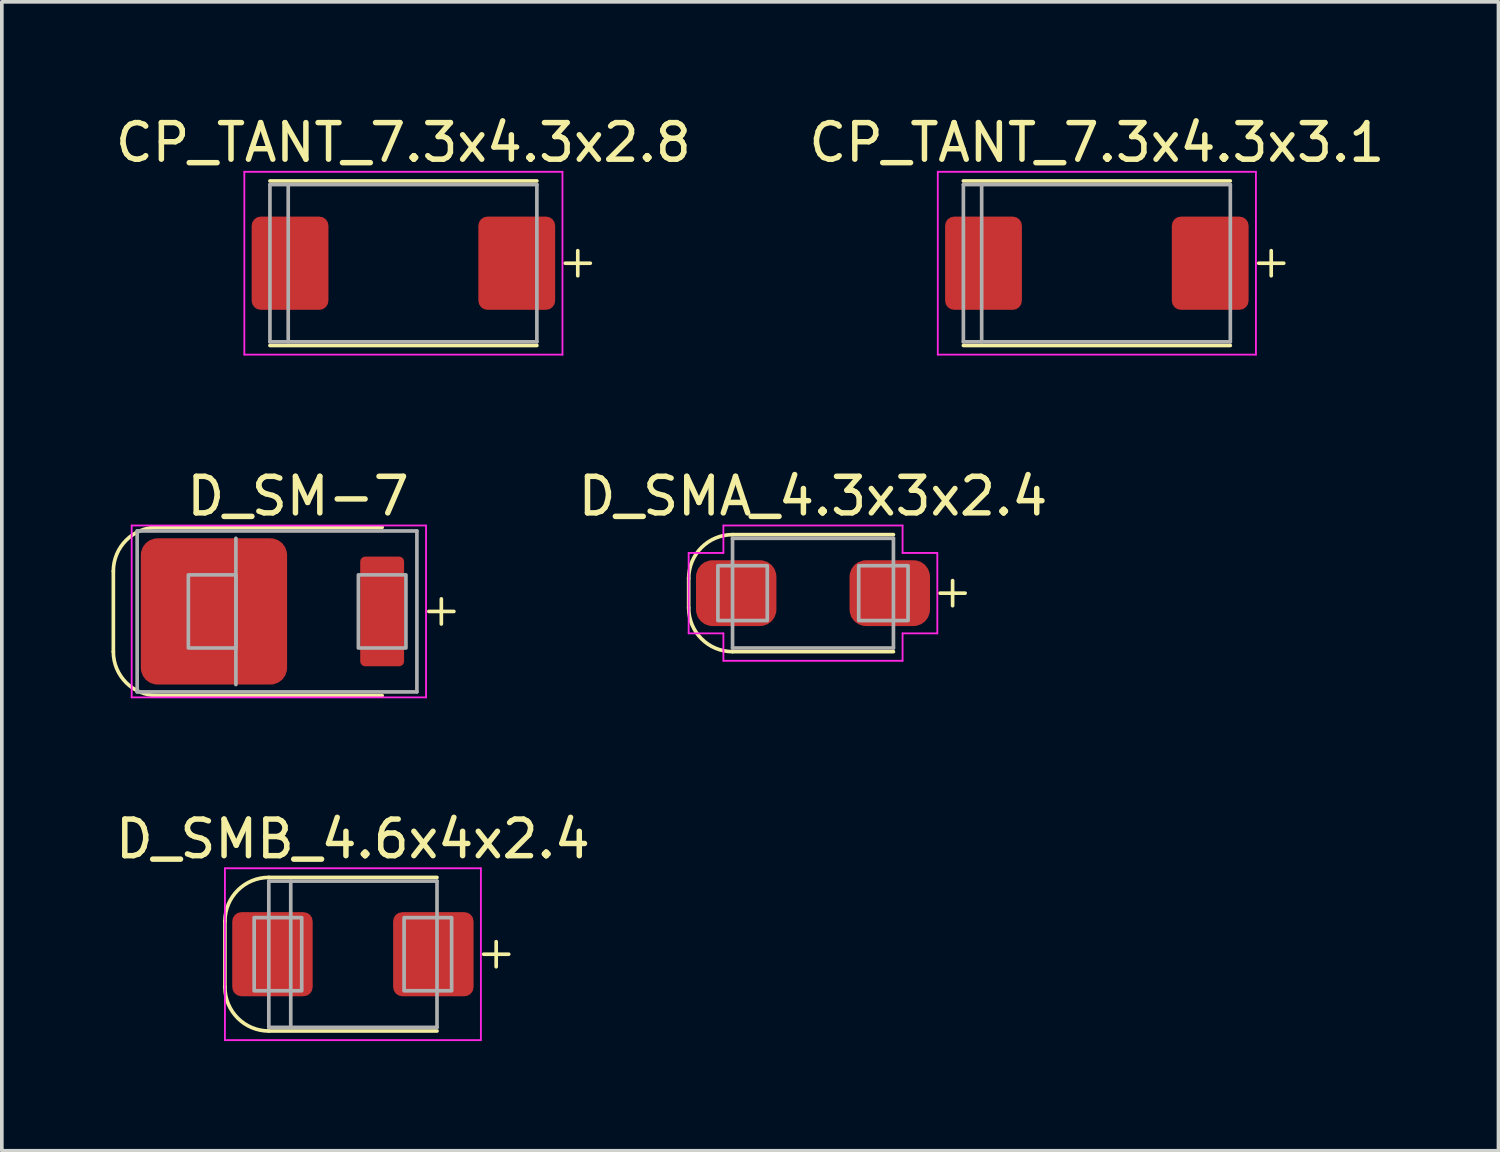
<source format=kicad_pcb>
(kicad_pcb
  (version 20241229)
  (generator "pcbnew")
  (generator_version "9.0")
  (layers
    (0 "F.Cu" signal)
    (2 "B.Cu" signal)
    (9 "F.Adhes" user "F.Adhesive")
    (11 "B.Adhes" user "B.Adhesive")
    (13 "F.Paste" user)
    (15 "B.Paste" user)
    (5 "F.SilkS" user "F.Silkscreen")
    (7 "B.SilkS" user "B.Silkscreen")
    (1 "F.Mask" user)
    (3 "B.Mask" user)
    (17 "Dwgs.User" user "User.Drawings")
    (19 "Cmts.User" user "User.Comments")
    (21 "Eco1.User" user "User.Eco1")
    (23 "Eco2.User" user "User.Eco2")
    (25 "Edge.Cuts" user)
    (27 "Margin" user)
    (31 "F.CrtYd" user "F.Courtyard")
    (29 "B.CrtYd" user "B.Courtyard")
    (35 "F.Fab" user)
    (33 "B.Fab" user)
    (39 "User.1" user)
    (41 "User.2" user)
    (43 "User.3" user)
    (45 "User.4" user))
  (footprint "CP_TANT_7.3x4.3x2.8"
    (layer "F.Cu")
    (at 7.982 4.148)
    (property "Reference" "CP_TANT_7.3x4.3x2.8" (at 0 -3.3 180) (layer "F.SilkS") (effects (font (size 1 1) (thickness 0.15))))
    (attr smd)
    (fp_line (start -3.65 -2.25) (end 3.65 -2.25) (stroke (width 0.1) (type solid)) (layer "F.SilkS"))
    (fp_line (start 3.65 2.25) (end -3.65 2.25) (stroke (width 0.1) (type solid)) (layer "F.SilkS"))
    (fp_line (start -4.35 -2.5) (end 4.35 -2.5) (stroke (width 0.05) (type solid)) (layer "F.CrtYd"))
    (fp_line (start -4.35 2.5) (end -4.35 -2.5) (stroke (width 0.05) (type solid)) (layer "F.CrtYd"))
    (fp_line (start 4.35 -2.5) (end 4.35 2.5) (stroke (width 0.05) (type solid)) (layer "F.CrtYd"))
    (fp_line (start 4.35 2.5) (end -4.35 2.5) (stroke (width 0.05) (type solid)) (layer "F.CrtYd"))
    (fp_line (start -3.65 -2.15) (end -3.65 2.15) (stroke (width 0.1) (type solid)) (layer "F.Fab"))
    (fp_line (start -3.65 2.15) (end 3.65 2.15) (stroke (width 0.1) (type solid)) (layer "F.Fab"))
    (fp_line (start -3.15 -2.15) (end -3.15 2.15) (stroke (width 0.1) (type solid)) (layer "F.Fab"))
    (fp_line (start 3.65 -2.15) (end -3.65 -2.15) (stroke (width 0.1) (type solid)) (layer "F.Fab"))
    (fp_line (start 3.65 2.15) (end 3.65 -2.15) (stroke (width 0.1) (type solid)) (layer "F.Fab"))
    (fp_text user "+" (at 4.7 0 90) (layer "F.SilkS") (effects (font (size 0.9 0.9) (thickness 0.1))))
    (pad "1" smd roundrect (at 3.1 0 180) (size 2.1 2.55) (layers "F.Cu" "F.Mask" "F.Paste") (roundrect_rratio 0.119))
    (pad "2" smd roundrect (at -3.1 0 180) (size 2.1 2.55) (layers "F.Cu" "F.Mask" "F.Paste") (roundrect_rratio 0.119)))
  (footprint "CP_TANT_7.3x4.3x3.1"
    (layer "F.Cu")
    (at 26.946 4.148)
    (property "Reference" "CP_TANT_7.3x4.3x3.1" (at 0 -3.3 180) (layer "F.SilkS") (effects (font (size 1 1) (thickness 0.15))))
    (attr smd)
    (fp_line (start -3.65 -2.25) (end 3.65 -2.25) (stroke (width 0.1) (type solid)) (layer "F.SilkS"))
    (fp_line (start 3.65 2.25) (end -3.65 2.25) (stroke (width 0.1) (type solid)) (layer "F.SilkS"))
    (fp_line (start -4.35 -2.5) (end 4.35 -2.5) (stroke (width 0.05) (type solid)) (layer "F.CrtYd"))
    (fp_line (start -4.35 2.5) (end -4.35 -2.5) (stroke (width 0.05) (type solid)) (layer "F.CrtYd"))
    (fp_line (start 4.35 -2.5) (end 4.35 2.5) (stroke (width 0.05) (type solid)) (layer "F.CrtYd"))
    (fp_line (start 4.35 2.5) (end -4.35 2.5) (stroke (width 0.05) (type solid)) (layer "F.CrtYd"))
    (fp_line (start -3.65 -2.15) (end -3.65 2.15) (stroke (width 0.1) (type solid)) (layer "F.Fab"))
    (fp_line (start -3.65 2.15) (end 3.65 2.15) (stroke (width 0.1) (type solid)) (layer "F.Fab"))
    (fp_line (start -3.15 -2.15) (end -3.15 2.15) (stroke (width 0.1) (type solid)) (layer "F.Fab"))
    (fp_line (start 3.65 -2.15) (end -3.65 -2.15) (stroke (width 0.1) (type solid)) (layer "F.Fab"))
    (fp_line (start 3.65 2.15) (end 3.65 -2.15) (stroke (width 0.1) (type solid)) (layer "F.Fab"))
    (fp_text user "+" (at 4.7 0 90) (layer "F.SilkS") (effects (font (size 0.9 0.9) (thickness 0.1))))
    (pad "1" smd roundrect (at 3.1 0 180) (size 2.1 2.55) (layers "F.Cu" "F.Mask" "F.Paste") (roundrect_rratio 0.119))
    (pad "2" smd roundrect (at -3.1 0 180) (size 2.1 2.55) (layers "F.Cu" "F.Mask" "F.Paste") (roundrect_rratio 0.119)))
  (footprint "D_SM-7"
    (layer "F.Cu")
    (at 5.101 13.671)
    (property "Reference" "D_SM-7" (at 0 -3.15 0) (layer "F.SilkS") (effects (font (size 1 1) (thickness 0.15))))
    (attr smd)
    (fp_line (start -5.051 -1.1) (end -5.051 1.1) (stroke (width 0.1) (type solid)) (layer "F.SilkS"))
    (fp_line (start -3.851 -2.3) (end 2.3 -2.299) (stroke (width 0.1) (type solid)) (layer "F.SilkS"))
    (fp_line (start 2.3 2.301) (end -3.851 2.3) (stroke (width 0.1) (type solid)) (layer "F.SilkS"))
    (fp_arc (start -5.051472 -1.1) (mid -4.7 -1.948528) (end -3.851472 -2.3) (stroke (width 0.1) (type solid)) (layer "F.SilkS"))
    (fp_arc (start -3.851472 2.3) (mid -4.7 1.948528) (end -5.051472 1.1) (stroke (width 0.1) (type solid)) (layer "F.SilkS"))
    (fp_line (start -4.55 -2.35) (end -4.55 2.35) (stroke (width 0.05) (type solid)) (layer "F.CrtYd"))
    (fp_line (start -4.55 2.35) (end 3.5 2.35) (stroke (width 0.05) (type solid)) (layer "F.CrtYd"))
    (fp_line (start 3.5 -2.35) (end -4.55 -2.35) (stroke (width 0.05) (type solid)) (layer "F.CrtYd"))
    (fp_line (start 3.5 2.35) (end 3.5 -2.35) (stroke (width 0.05) (type solid)) (layer "F.CrtYd"))
    (fp_line (start -4.4 2.2) (end -4.4 -2.2) (stroke (width 0.1) (type solid)) (layer "F.Fab"))
    (fp_line (start -1.7 2) (end -1.7 -2) (stroke (width 0.1) (type solid)) (layer "F.Fab"))
    (fp_line (start 3.25 -2.2) (end -4.4 -2.2) (stroke (width 0.1) (type solid)) (layer "F.Fab"))
    (fp_line (start 3.25 -2.2) (end 3.25 2.2) (stroke (width 0.1) (type solid)) (layer "F.Fab"))
    (fp_line (start 3.25 2.2) (end -4.4 2.2) (stroke (width 0.1) (type solid)) (layer "F.Fab"))
    (fp_poly (pts (xy -1.7 1) (xy -3 1) (xy -3 -1) (xy -1.7 -1)) (stroke (width 0.1) (type solid)) (fill no) (layer "F.Fab"))
    (fp_poly (pts (xy 2.95 1) (xy 1.65 1) (xy 1.65 -1) (xy 2.95 -1)) (stroke (width 0.1) (type solid)) (fill no) (layer "F.Fab"))
    (fp_text user "+" (at 3.85 0 90) (layer "F.SilkS") (effects (font (size 0.9 0.9) (thickness 0.1))))
    (pad "1" smd roundrect (at -2.3 0) (size 4 4) (layers "F.Cu" "F.Mask" "F.Paste") (roundrect_rratio 0.114))
    (pad "2" smd roundrect (at 2.3 0) (size 1.2 3) (layers "F.Cu" "F.Mask" "F.Paste") (roundrect_rratio 0.114)))
  (footprint "D_SMA_4.3x3x2.4"
    (layer "F.Cu")
    (at 19.183 13.171)
    (property "Reference" "D_SMA_4.3x3x2.4" (at 0 -2.65 0) (layer "F.SilkS") (effects (font (size 1 1) (thickness 0.15))))
    (attr smd)
    (fp_line (start -3.4 -0.4) (end -3.4 0.4) (stroke (width 0.1) (type solid)) (layer "F.SilkS"))
    (fp_line (start -2.2 -1.6) (end 2.2 -1.6) (stroke (width 0.1) (type solid)) (layer "F.SilkS"))
    (fp_line (start 2.2 1.6) (end -2.2 1.6) (stroke (width 0.1) (type solid)) (layer "F.SilkS"))
    (fp_arc (start -3.4 -0.4) (mid -3.048528 -1.248528) (end -2.2 -1.6) (stroke (width 0.1) (type solid)) (layer "F.SilkS"))
    (fp_arc (start -2.2 1.6) (mid -3.048528 1.248528) (end -3.4 0.4) (stroke (width 0.1) (type solid)) (layer "F.SilkS"))
    (fp_line (start -3.4 -1.1) (end -3.4 1.1) (stroke (width 0.05) (type solid)) (layer "F.CrtYd"))
    (fp_line (start -3.4 -1.1) (end -2.45 -1.1) (stroke (width 0.05) (type solid)) (layer "F.CrtYd"))
    (fp_line (start -3.4 1.1) (end -2.45 1.1) (stroke (width 0.05) (type solid)) (layer "F.CrtYd"))
    (fp_line (start -2.45 -1.85) (end -2.45 -1.1) (stroke (width 0.05) (type solid)) (layer "F.CrtYd"))
    (fp_line (start -2.45 1.1) (end -2.45 1.85) (stroke (width 0.05) (type solid)) (layer "F.CrtYd"))
    (fp_line (start -2.45 1.85) (end 2.45 1.85) (stroke (width 0.05) (type solid)) (layer "F.CrtYd"))
    (fp_line (start 2.45 -1.85) (end -2.45 -1.85) (stroke (width 0.05) (type solid)) (layer "F.CrtYd"))
    (fp_line (start 2.45 -1.85) (end 2.45 -1.1) (stroke (width 0.05) (type solid)) (layer "F.CrtYd"))
    (fp_line (start 2.45 -1.1) (end 3.4 -1.1) (stroke (width 0.05) (type solid)) (layer "F.CrtYd"))
    (fp_line (start 2.45 1.1) (end 2.45 1.85) (stroke (width 0.05) (type solid)) (layer "F.CrtYd"))
    (fp_line (start 2.45 1.1) (end 3.4 1.1) (stroke (width 0.05) (type solid)) (layer "F.CrtYd"))
    (fp_line (start 3.4 1.1) (end 3.4 -1.1) (stroke (width 0.05) (type solid)) (layer "F.CrtYd"))
    (fp_line (start -2.2 1.5) (end -2.2 -1.5) (stroke (width 0.1) (type solid)) (layer "F.Fab"))
    (fp_line (start 2.2 -1.5) (end -2.2 -1.5) (stroke (width 0.1) (type solid)) (layer "F.Fab"))
    (fp_line (start 2.2 -1.5) (end 2.2 1.5) (stroke (width 0.1) (type solid)) (layer "F.Fab"))
    (fp_line (start 2.2 1.5) (end -2.2 1.5) (stroke (width 0.1) (type solid)) (layer "F.Fab"))
    (fp_poly (pts (xy -1.25 0.75) (xy -2.6 0.75) (xy -2.6 -0.75) (xy -1.25 -0.75)) (stroke (width 0.1) (type solid)) (fill no) (layer "F.Fab"))
    (fp_poly (pts (xy 2.6 0.75) (xy 1.25 0.75) (xy 1.25 -0.75) (xy 2.6 -0.75)) (stroke (width 0.1) (type solid)) (fill no) (layer "F.Fab"))
    (fp_text user "+" (at 3.75 0 90) (layer "F.SilkS") (effects (font (size 0.9 0.9) (thickness 0.1))))
    (pad "1" smd roundrect (at -2.1 0) (size 2.2 1.8) (layers "F.Cu" "F.Mask" "F.Paste") (roundrect_rratio 0.25))
    (pad "2" smd roundrect (at 2.1 0) (size 2.2 1.8) (layers "F.Cu" "F.Mask" "F.Paste") (roundrect_rratio 0.25)))
  (footprint "D_SMB_4.6x4x2.4"
    (layer "F.Cu")
    (at 6.601 23.045)
    (property "Reference" "D_SMB_4.6x4x2.4" (at 0 -3.15 0) (layer "F.SilkS") (effects (font (size 1 1) (thickness 0.15))))
    (attr smd)
    (fp_line (start -3.5 -0.9) (end -3.5 0.9) (stroke (width 0.1) (type solid)) (layer "F.SilkS"))
    (fp_line (start -2.3 -2.1) (end 2.3 -2.1) (stroke (width 0.1) (type solid)) (layer "F.SilkS"))
    (fp_line (start 2.3 2.1) (end -2.3 2.1) (stroke (width 0.1) (type solid)) (layer "F.SilkS"))
    (fp_arc (start -3.5 -0.9) (mid -3.148528 -1.748528) (end -2.3 -2.1) (stroke (width 0.1) (type solid)) (layer "F.SilkS"))
    (fp_arc (start -2.3 2.1) (mid -3.148528 1.748528) (end -3.5 0.9) (stroke (width 0.1) (type solid)) (layer "F.SilkS"))
    (fp_line (start -3.5 -2.35) (end -3.5 2.35) (stroke (width 0.05) (type solid)) (layer "F.CrtYd"))
    (fp_line (start -3.5 2.35) (end 3.5 2.35) (stroke (width 0.05) (type solid)) (layer "F.CrtYd"))
    (fp_line (start 3.5 -2.35) (end -3.5 -2.35) (stroke (width 0.05) (type solid)) (layer "F.CrtYd"))
    (fp_line (start 3.5 2.35) (end 3.5 -2.35) (stroke (width 0.05) (type solid)) (layer "F.CrtYd"))
    (fp_line (start -2.3 2) (end -2.3 -2) (stroke (width 0.1) (type solid)) (layer "F.Fab"))
    (fp_line (start -1.7 2) (end -1.7 -2) (stroke (width 0.1) (type solid)) (layer "F.Fab"))
    (fp_line (start 2.3 -2) (end -2.3 -2) (stroke (width 0.1) (type solid)) (layer "F.Fab"))
    (fp_line (start 2.3 -2) (end 2.3 2) (stroke (width 0.1) (type solid)) (layer "F.Fab"))
    (fp_line (start 2.3 2) (end -2.3 2) (stroke (width 0.1) (type solid)) (layer "F.Fab"))
    (fp_poly (pts (xy -1.4 1) (xy -2.7 1) (xy -2.7 -1) (xy -1.4 -1)) (stroke (width 0.1) (type solid)) (fill no) (layer "F.Fab"))
    (fp_poly (pts (xy 2.7 1) (xy 1.4 1) (xy 1.4 -1) (xy 2.7 -1)) (stroke (width 0.1) (type solid)) (fill no) (layer "F.Fab"))
    (fp_text user "+" (at 3.85 0 90) (layer "F.SilkS") (effects (font (size 0.9 0.9) (thickness 0.1))))
    (pad "1" smd roundrect (at -2.2 0) (size 2.2 2.3) (layers "F.Cu" "F.Mask" "F.Paste") (roundrect_rratio 0.114))
    (pad "2" smd roundrect (at 2.2 0) (size 2.2 2.3) (layers "F.Cu" "F.Mask" "F.Paste") (roundrect_rratio 0.114)))
  (gr_rect
    (start -3 -3)
    (end 37.929 28.42)
    (stroke (width 0.1) (type default))
    (fill no)
    (layer "Edge.Cuts")))
</source>
